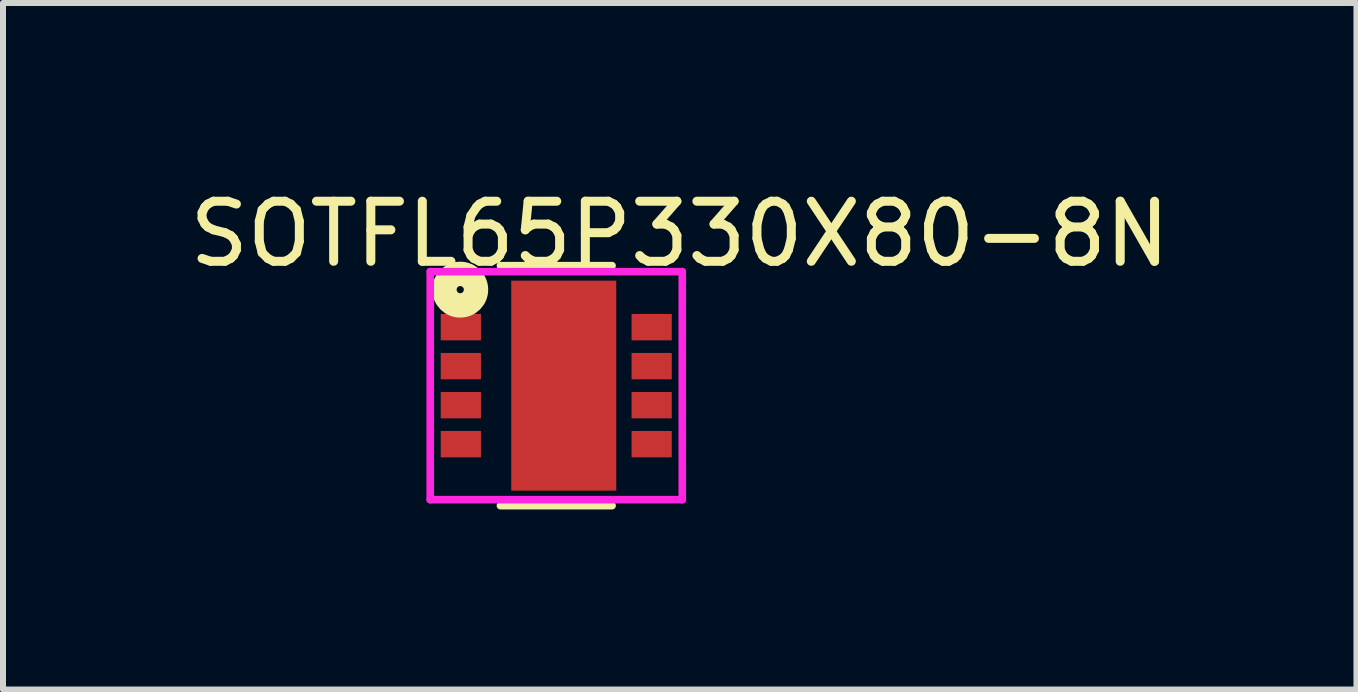
<source format=kicad_pcb>
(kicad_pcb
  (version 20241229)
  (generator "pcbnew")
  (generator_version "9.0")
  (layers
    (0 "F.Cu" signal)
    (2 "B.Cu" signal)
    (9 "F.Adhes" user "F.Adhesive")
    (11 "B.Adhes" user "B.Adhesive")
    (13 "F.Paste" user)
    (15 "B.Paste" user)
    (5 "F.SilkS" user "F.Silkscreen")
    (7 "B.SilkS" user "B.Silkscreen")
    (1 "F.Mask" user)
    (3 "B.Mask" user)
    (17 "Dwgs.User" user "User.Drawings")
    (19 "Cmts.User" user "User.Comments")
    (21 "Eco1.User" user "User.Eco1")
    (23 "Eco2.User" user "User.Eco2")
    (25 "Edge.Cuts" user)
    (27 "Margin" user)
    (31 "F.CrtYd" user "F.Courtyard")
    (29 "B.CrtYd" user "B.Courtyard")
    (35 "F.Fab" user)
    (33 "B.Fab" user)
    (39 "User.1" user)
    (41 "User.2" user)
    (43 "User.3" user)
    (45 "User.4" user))
  (footprint "SOTFL65P330X80-8N"
    (layer "F.Cu")
    (at 6.22 3.377)
    (property "Reference" "SOTFL65P330X80-8N" (at 2.058 -2.528 0) (layer "F.SilkS") (effects (font (size 1.001 1.001) (thickness 0.15))))
    (attr through_hole)
    (fp_line (start -0.93 2) (end 0.93 2) (stroke (width 0.127) (type solid)) (layer "F.SilkS"))
    (fp_line (start 0.93 -2) (end -0.93 -2) (stroke (width 0.127) (type solid)) (layer "F.SilkS"))
    (fp_circle (center -1.6 -1.6) (end -1.54 -1.6) (stroke (width 0.406) (type solid)) (fill no) (layer "F.SilkS"))
    (fp_line (start -2.1 -1.9) (end -2.1 1.9) (stroke (width 0.127) (type solid)) (layer "F.CrtYd"))
    (fp_line (start -2.1 1.9) (end 2.1 1.9) (stroke (width 0.127) (type solid)) (layer "F.CrtYd"))
    (fp_line (start 2.1 -1.9) (end -2.1 -1.9) (stroke (width 0.127) (type solid)) (layer "F.CrtYd"))
    (fp_line (start 2.1 1.9) (end 2.1 -1.9) (stroke (width 0.127) (type solid)) (layer "F.CrtYd"))
    (pad "1" smd rect (at -1.59 -0.975) (size 0.67 0.44) (layers "F.Cu" "F.Mask" "F.Paste"))
    (pad "1" smd rect (at -1.59 -0.325) (size 0.67 0.44) (layers "F.Cu" "F.Mask" "F.Paste"))
    (pad "1" smd rect (at -1.59 0.325) (size 0.67 0.44) (layers "F.Cu" "F.Mask" "F.Paste"))
    (pad "2" smd rect (at -1.59 0.975) (size 0.67 0.44) (layers "F.Cu" "F.Mask" "F.Paste"))
    (pad "3" smd rect (at 0.125 0 270) (size 3.5 1.75) (layers "F.Cu" "F.Mask" "F.Paste"))
    (pad "3" smd rect (at 1.59 -0.975 180) (size 0.67 0.44) (layers "F.Cu" "F.Mask" "F.Paste"))
    (pad "3" smd rect (at 1.59 -0.325 180) (size 0.67 0.44) (layers "F.Cu" "F.Mask" "F.Paste"))
    (pad "3" smd rect (at 1.59 0.325 180) (size 0.67 0.44) (layers "F.Cu" "F.Mask" "F.Paste"))
    (pad "3" smd rect (at 1.59 0.975 180) (size 0.67 0.44) (layers "F.Cu" "F.Mask" "F.Paste")))
  (gr_rect
    (start -3 -3)
    (end 19.556 8.441)
    (stroke (width 0.1) (type default))
    (fill no)
    (layer "Edge.Cuts")))
</source>
